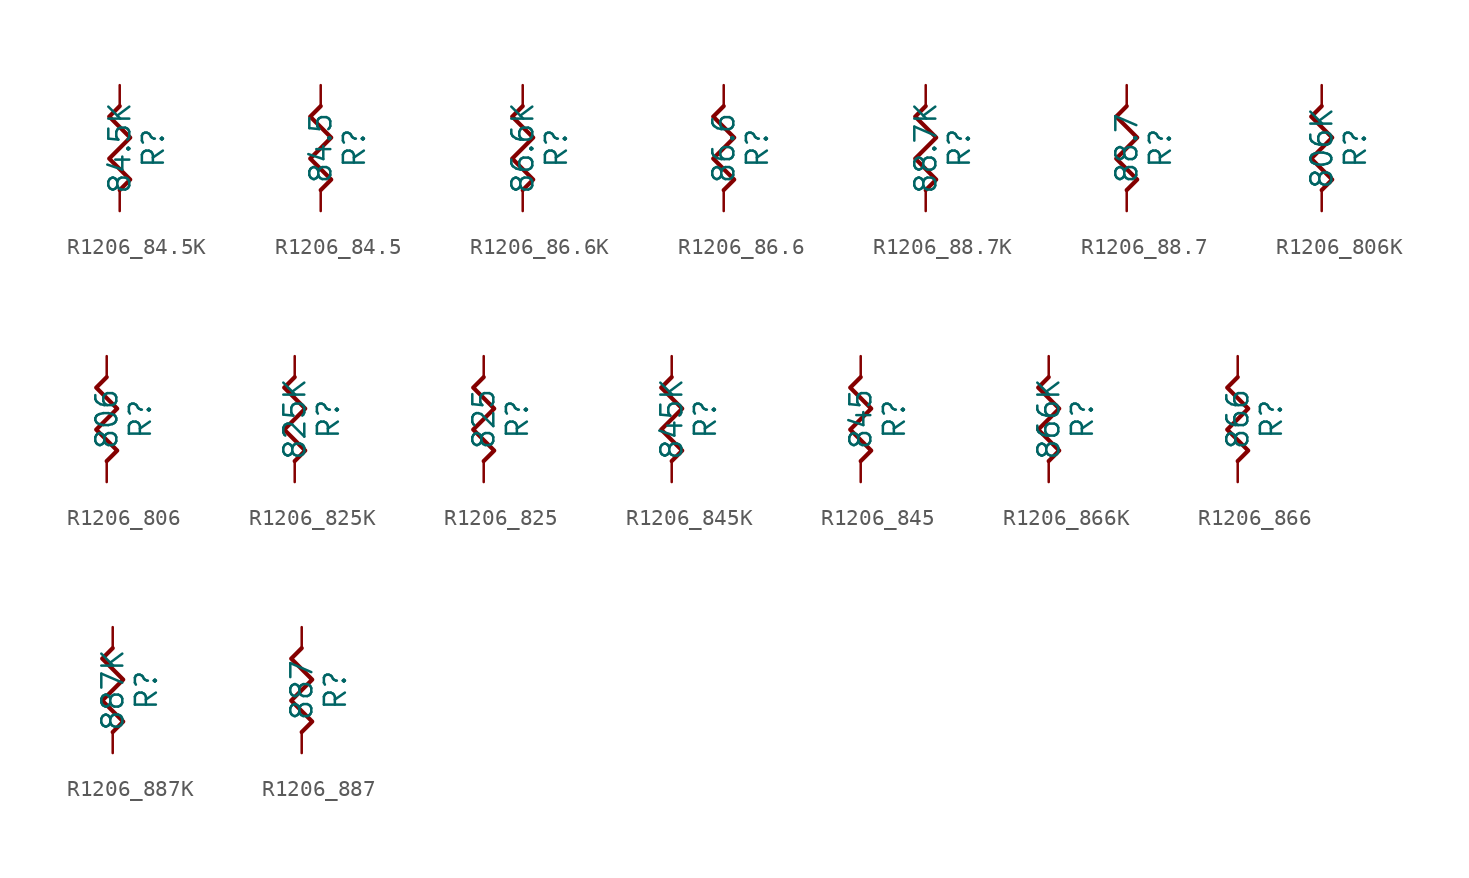
<source format=kicad_sym>
(kicad_symbol_lib
  (version 20211014)
  (generator atlantix-eda)
  (symbol "R1206_84.5K"
    (pin_numbers hide)
    (pin_names
      (offset 0))
    (property "Reference" "R"
      (at 2.032 0 90)
      (effects (font (size 1.27 1.27))))
    (property "Value" "84.5K"
      (at 0 0 90)
      (effects (font (size 1.27 1.27))))
    (symbol "R1206_84.5K_0_1"
      (polyline (pts (xy 0 -2.54) (xy 0.635 -1.905) (xy -0.635 -0.635) (xy 0.635 0.635) (xy -0.635 1.905) (xy 0 2.54)) (stroke (width 0.254) (type default) (color 0 0 0 0)) (fill (type none))))
    (symbol "R1206_84.5K_1_1"
      (pin passive line (at 0 3.81 270) (length 1.27) (name "~" (effects (font (size 1.27 1.27)))) (number "1" (effects (font (size 1.27 1.27)))))
      (pin passive line (at 0 -3.81 90) (length 1.27) (name "~" (effects (font (size 1.27 1.27)))) (number "2" (effects (font (size 1.27 1.27)))))))
  (symbol "R1206_84.5"
    (pin_numbers hide)
    (pin_names
      (offset 0))
    (property "Reference" "R"
      (at 2.032 0 90)
      (effects (font (size 1.27 1.27))))
    (property "Value" "84.5"
      (at 0 0 90)
      (effects (font (size 1.27 1.27))))
    (symbol "R1206_84.5_0_1"
      (polyline (pts (xy 0 -2.54) (xy 0.635 -1.905) (xy -0.635 -0.635) (xy 0.635 0.635) (xy -0.635 1.905) (xy 0 2.54)) (stroke (width 0.254) (type default) (color 0 0 0 0)) (fill (type none))))
    (symbol "R1206_84.5_1_1"
      (pin passive line (at 0 3.81 270) (length 1.27) (name "~" (effects (font (size 1.27 1.27)))) (number "1" (effects (font (size 1.27 1.27)))))
      (pin passive line (at 0 -3.81 90) (length 1.27) (name "~" (effects (font (size 1.27 1.27)))) (number "2" (effects (font (size 1.27 1.27)))))))
  (symbol "R1206_86.6K"
    (pin_numbers hide)
    (pin_names
      (offset 0))
    (property "Reference" "R"
      (at 2.032 0 90)
      (effects (font (size 1.27 1.27))))
    (property "Value" "86.6K"
      (at 0 0 90)
      (effects (font (size 1.27 1.27))))
    (symbol "R1206_86.6K_0_1"
      (polyline (pts (xy 0 -2.54) (xy 0.635 -1.905) (xy -0.635 -0.635) (xy 0.635 0.635) (xy -0.635 1.905) (xy 0 2.54)) (stroke (width 0.254) (type default) (color 0 0 0 0)) (fill (type none))))
    (symbol "R1206_86.6K_1_1"
      (pin passive line (at 0 3.81 270) (length 1.27) (name "~" (effects (font (size 1.27 1.27)))) (number "1" (effects (font (size 1.27 1.27)))))
      (pin passive line (at 0 -3.81 90) (length 1.27) (name "~" (effects (font (size 1.27 1.27)))) (number "2" (effects (font (size 1.27 1.27)))))))
  (symbol "R1206_86.6"
    (pin_numbers hide)
    (pin_names
      (offset 0))
    (property "Reference" "R"
      (at 2.032 0 90)
      (effects (font (size 1.27 1.27))))
    (property "Value" "86.6"
      (at 0 0 90)
      (effects (font (size 1.27 1.27))))
    (symbol "R1206_86.6_0_1"
      (polyline (pts (xy 0 -2.54) (xy 0.635 -1.905) (xy -0.635 -0.635) (xy 0.635 0.635) (xy -0.635 1.905) (xy 0 2.54)) (stroke (width 0.254) (type default) (color 0 0 0 0)) (fill (type none))))
    (symbol "R1206_86.6_1_1"
      (pin passive line (at 0 3.81 270) (length 1.27) (name "~" (effects (font (size 1.27 1.27)))) (number "1" (effects (font (size 1.27 1.27)))))
      (pin passive line (at 0 -3.81 90) (length 1.27) (name "~" (effects (font (size 1.27 1.27)))) (number "2" (effects (font (size 1.27 1.27)))))))
  (symbol "R1206_88.7K"
    (pin_numbers hide)
    (pin_names
      (offset 0))
    (property "Reference" "R"
      (at 2.032 0 90)
      (effects (font (size 1.27 1.27))))
    (property "Value" "88.7K"
      (at 0 0 90)
      (effects (font (size 1.27 1.27))))
    (symbol "R1206_88.7K_0_1"
      (polyline (pts (xy 0 -2.54) (xy 0.635 -1.905) (xy -0.635 -0.635) (xy 0.635 0.635) (xy -0.635 1.905) (xy 0 2.54)) (stroke (width 0.254) (type default) (color 0 0 0 0)) (fill (type none))))
    (symbol "R1206_88.7K_1_1"
      (pin passive line (at 0 3.81 270) (length 1.27) (name "~" (effects (font (size 1.27 1.27)))) (number "1" (effects (font (size 1.27 1.27)))))
      (pin passive line (at 0 -3.81 90) (length 1.27) (name "~" (effects (font (size 1.27 1.27)))) (number "2" (effects (font (size 1.27 1.27)))))))
  (symbol "R1206_88.7"
    (pin_numbers hide)
    (pin_names
      (offset 0))
    (property "Reference" "R"
      (at 2.032 0 90)
      (effects (font (size 1.27 1.27))))
    (property "Value" "88.7"
      (at 0 0 90)
      (effects (font (size 1.27 1.27))))
    (symbol "R1206_88.7_0_1"
      (polyline (pts (xy 0 -2.54) (xy 0.635 -1.905) (xy -0.635 -0.635) (xy 0.635 0.635) (xy -0.635 1.905) (xy 0 2.54)) (stroke (width 0.254) (type default) (color 0 0 0 0)) (fill (type none))))
    (symbol "R1206_88.7_1_1"
      (pin passive line (at 0 3.81 270) (length 1.27) (name "~" (effects (font (size 1.27 1.27)))) (number "1" (effects (font (size 1.27 1.27)))))
      (pin passive line (at 0 -3.81 90) (length 1.27) (name "~" (effects (font (size 1.27 1.27)))) (number "2" (effects (font (size 1.27 1.27)))))))
  (symbol "R1206_806K"
    (pin_numbers hide)
    (pin_names
      (offset 0))
    (property "Reference" "R"
      (at 2.032 0 90)
      (effects (font (size 1.27 1.27))))
    (property "Value" "806K"
      (at 0 0 90)
      (effects (font (size 1.27 1.27))))
    (symbol "R1206_806K_0_1"
      (polyline (pts (xy 0 -2.54) (xy 0.635 -1.905) (xy -0.635 -0.635) (xy 0.635 0.635) (xy -0.635 1.905) (xy 0 2.54)) (stroke (width 0.254) (type default) (color 0 0 0 0)) (fill (type none))))
    (symbol "R1206_806K_1_1"
      (pin passive line (at 0 3.81 270) (length 1.27) (name "~" (effects (font (size 1.27 1.27)))) (number "1" (effects (font (size 1.27 1.27)))))
      (pin passive line (at 0 -3.81 90) (length 1.27) (name "~" (effects (font (size 1.27 1.27)))) (number "2" (effects (font (size 1.27 1.27)))))))
  (symbol "R1206_806"
    (pin_numbers hide)
    (pin_names
      (offset 0))
    (property "Reference" "R"
      (at 2.032 0 90)
      (effects (font (size 1.27 1.27))))
    (property "Value" "806"
      (at 0 0 90)
      (effects (font (size 1.27 1.27))))
    (symbol "R1206_806_0_1"
      (polyline (pts (xy 0 -2.54) (xy 0.635 -1.905) (xy -0.635 -0.635) (xy 0.635 0.635) (xy -0.635 1.905) (xy 0 2.54)) (stroke (width 0.254) (type default) (color 0 0 0 0)) (fill (type none))))
    (symbol "R1206_806_1_1"
      (pin passive line (at 0 3.81 270) (length 1.27) (name "~" (effects (font (size 1.27 1.27)))) (number "1" (effects (font (size 1.27 1.27)))))
      (pin passive line (at 0 -3.81 90) (length 1.27) (name "~" (effects (font (size 1.27 1.27)))) (number "2" (effects (font (size 1.27 1.27)))))))
  (symbol "R1206_825K"
    (pin_numbers hide)
    (pin_names
      (offset 0))
    (property "Reference" "R"
      (at 2.032 0 90)
      (effects (font (size 1.27 1.27))))
    (property "Value" "825K"
      (at 0 0 90)
      (effects (font (size 1.27 1.27))))
    (symbol "R1206_825K_0_1"
      (polyline (pts (xy 0 -2.54) (xy 0.635 -1.905) (xy -0.635 -0.635) (xy 0.635 0.635) (xy -0.635 1.905) (xy 0 2.54)) (stroke (width 0.254) (type default) (color 0 0 0 0)) (fill (type none))))
    (symbol "R1206_825K_1_1"
      (pin passive line (at 0 3.81 270) (length 1.27) (name "~" (effects (font (size 1.27 1.27)))) (number "1" (effects (font (size 1.27 1.27)))))
      (pin passive line (at 0 -3.81 90) (length 1.27) (name "~" (effects (font (size 1.27 1.27)))) (number "2" (effects (font (size 1.27 1.27)))))))
  (symbol "R1206_825"
    (pin_numbers hide)
    (pin_names
      (offset 0))
    (property "Reference" "R"
      (at 2.032 0 90)
      (effects (font (size 1.27 1.27))))
    (property "Value" "825"
      (at 0 0 90)
      (effects (font (size 1.27 1.27))))
    (symbol "R1206_825_0_1"
      (polyline (pts (xy 0 -2.54) (xy 0.635 -1.905) (xy -0.635 -0.635) (xy 0.635 0.635) (xy -0.635 1.905) (xy 0 2.54)) (stroke (width 0.254) (type default) (color 0 0 0 0)) (fill (type none))))
    (symbol "R1206_825_1_1"
      (pin passive line (at 0 3.81 270) (length 1.27) (name "~" (effects (font (size 1.27 1.27)))) (number "1" (effects (font (size 1.27 1.27)))))
      (pin passive line (at 0 -3.81 90) (length 1.27) (name "~" (effects (font (size 1.27 1.27)))) (number "2" (effects (font (size 1.27 1.27)))))))
  (symbol "R1206_845K"
    (pin_numbers hide)
    (pin_names
      (offset 0))
    (property "Reference" "R"
      (at 2.032 0 90)
      (effects (font (size 1.27 1.27))))
    (property "Value" "845K"
      (at 0 0 90)
      (effects (font (size 1.27 1.27))))
    (symbol "R1206_845K_0_1"
      (polyline (pts (xy 0 -2.54) (xy 0.635 -1.905) (xy -0.635 -0.635) (xy 0.635 0.635) (xy -0.635 1.905) (xy 0 2.54)) (stroke (width 0.254) (type default) (color 0 0 0 0)) (fill (type none))))
    (symbol "R1206_845K_1_1"
      (pin passive line (at 0 3.81 270) (length 1.27) (name "~" (effects (font (size 1.27 1.27)))) (number "1" (effects (font (size 1.27 1.27)))))
      (pin passive line (at 0 -3.81 90) (length 1.27) (name "~" (effects (font (size 1.27 1.27)))) (number "2" (effects (font (size 1.27 1.27)))))))
  (symbol "R1206_845"
    (pin_numbers hide)
    (pin_names
      (offset 0))
    (property "Reference" "R"
      (at 2.032 0 90)
      (effects (font (size 1.27 1.27))))
    (property "Value" "845"
      (at 0 0 90)
      (effects (font (size 1.27 1.27))))
    (symbol "R1206_845_0_1"
      (polyline (pts (xy 0 -2.54) (xy 0.635 -1.905) (xy -0.635 -0.635) (xy 0.635 0.635) (xy -0.635 1.905) (xy 0 2.54)) (stroke (width 0.254) (type default) (color 0 0 0 0)) (fill (type none))))
    (symbol "R1206_845_1_1"
      (pin passive line (at 0 3.81 270) (length 1.27) (name "~" (effects (font (size 1.27 1.27)))) (number "1" (effects (font (size 1.27 1.27)))))
      (pin passive line (at 0 -3.81 90) (length 1.27) (name "~" (effects (font (size 1.27 1.27)))) (number "2" (effects (font (size 1.27 1.27)))))))
  (symbol "R1206_866K"
    (pin_numbers hide)
    (pin_names
      (offset 0))
    (property "Reference" "R"
      (at 2.032 0 90)
      (effects (font (size 1.27 1.27))))
    (property "Value" "866K"
      (at 0 0 90)
      (effects (font (size 1.27 1.27))))
    (symbol "R1206_866K_0_1"
      (polyline (pts (xy 0 -2.54) (xy 0.635 -1.905) (xy -0.635 -0.635) (xy 0.635 0.635) (xy -0.635 1.905) (xy 0 2.54)) (stroke (width 0.254) (type default) (color 0 0 0 0)) (fill (type none))))
    (symbol "R1206_866K_1_1"
      (pin passive line (at 0 3.81 270) (length 1.27) (name "~" (effects (font (size 1.27 1.27)))) (number "1" (effects (font (size 1.27 1.27)))))
      (pin passive line (at 0 -3.81 90) (length 1.27) (name "~" (effects (font (size 1.27 1.27)))) (number "2" (effects (font (size 1.27 1.27)))))))
  (symbol "R1206_866"
    (pin_numbers hide)
    (pin_names
      (offset 0))
    (property "Reference" "R"
      (at 2.032 0 90)
      (effects (font (size 1.27 1.27))))
    (property "Value" "866"
      (at 0 0 90)
      (effects (font (size 1.27 1.27))))
    (symbol "R1206_866_0_1"
      (polyline (pts (xy 0 -2.54) (xy 0.635 -1.905) (xy -0.635 -0.635) (xy 0.635 0.635) (xy -0.635 1.905) (xy 0 2.54)) (stroke (width 0.254) (type default) (color 0 0 0 0)) (fill (type none))))
    (symbol "R1206_866_1_1"
      (pin passive line (at 0 3.81 270) (length 1.27) (name "~" (effects (font (size 1.27 1.27)))) (number "1" (effects (font (size 1.27 1.27)))))
      (pin passive line (at 0 -3.81 90) (length 1.27) (name "~" (effects (font (size 1.27 1.27)))) (number "2" (effects (font (size 1.27 1.27)))))))
  (symbol "R1206_887K"
    (pin_numbers hide)
    (pin_names
      (offset 0))
    (property "Reference" "R"
      (at 2.032 0 90)
      (effects (font (size 1.27 1.27))))
    (property "Value" "887K"
      (at 0 0 90)
      (effects (font (size 1.27 1.27))))
    (symbol "R1206_887K_0_1"
      (polyline (pts (xy 0 -2.54) (xy 0.635 -1.905) (xy -0.635 -0.635) (xy 0.635 0.635) (xy -0.635 1.905) (xy 0 2.54)) (stroke (width 0.254) (type default) (color 0 0 0 0)) (fill (type none))))
    (symbol "R1206_887K_1_1"
      (pin passive line (at 0 3.81 270) (length 1.27) (name "~" (effects (font (size 1.27 1.27)))) (number "1" (effects (font (size 1.27 1.27)))))
      (pin passive line (at 0 -3.81 90) (length 1.27) (name "~" (effects (font (size 1.27 1.27)))) (number "2" (effects (font (size 1.27 1.27)))))))
  (symbol "R1206_887"
    (pin_numbers hide)
    (pin_names
      (offset 0))
    (property "Reference" "R"
      (at 2.032 0 90)
      (effects (font (size 1.27 1.27))))
    (property "Value" "887"
      (at 0 0 90)
      (effects (font (size 1.27 1.27))))
    (symbol "R1206_887_0_1"
      (polyline (pts (xy 0 -2.54) (xy 0.635 -1.905) (xy -0.635 -0.635) (xy 0.635 0.635) (xy -0.635 1.905) (xy 0 2.54)) (stroke (width 0.254) (type default) (color 0 0 0 0)) (fill (type none))))
    (symbol "R1206_887_1_1"
      (pin passive line (at 0 3.81 270) (length 1.27) (name "~" (effects (font (size 1.27 1.27)))) (number "1" (effects (font (size 1.27 1.27)))))
      (pin passive line (at 0 -3.81 90) (length 1.27) (name "~" (effects (font (size 1.27 1.27)))) (number "2" (effects (font (size 1.27 1.27))))))))
</source>
